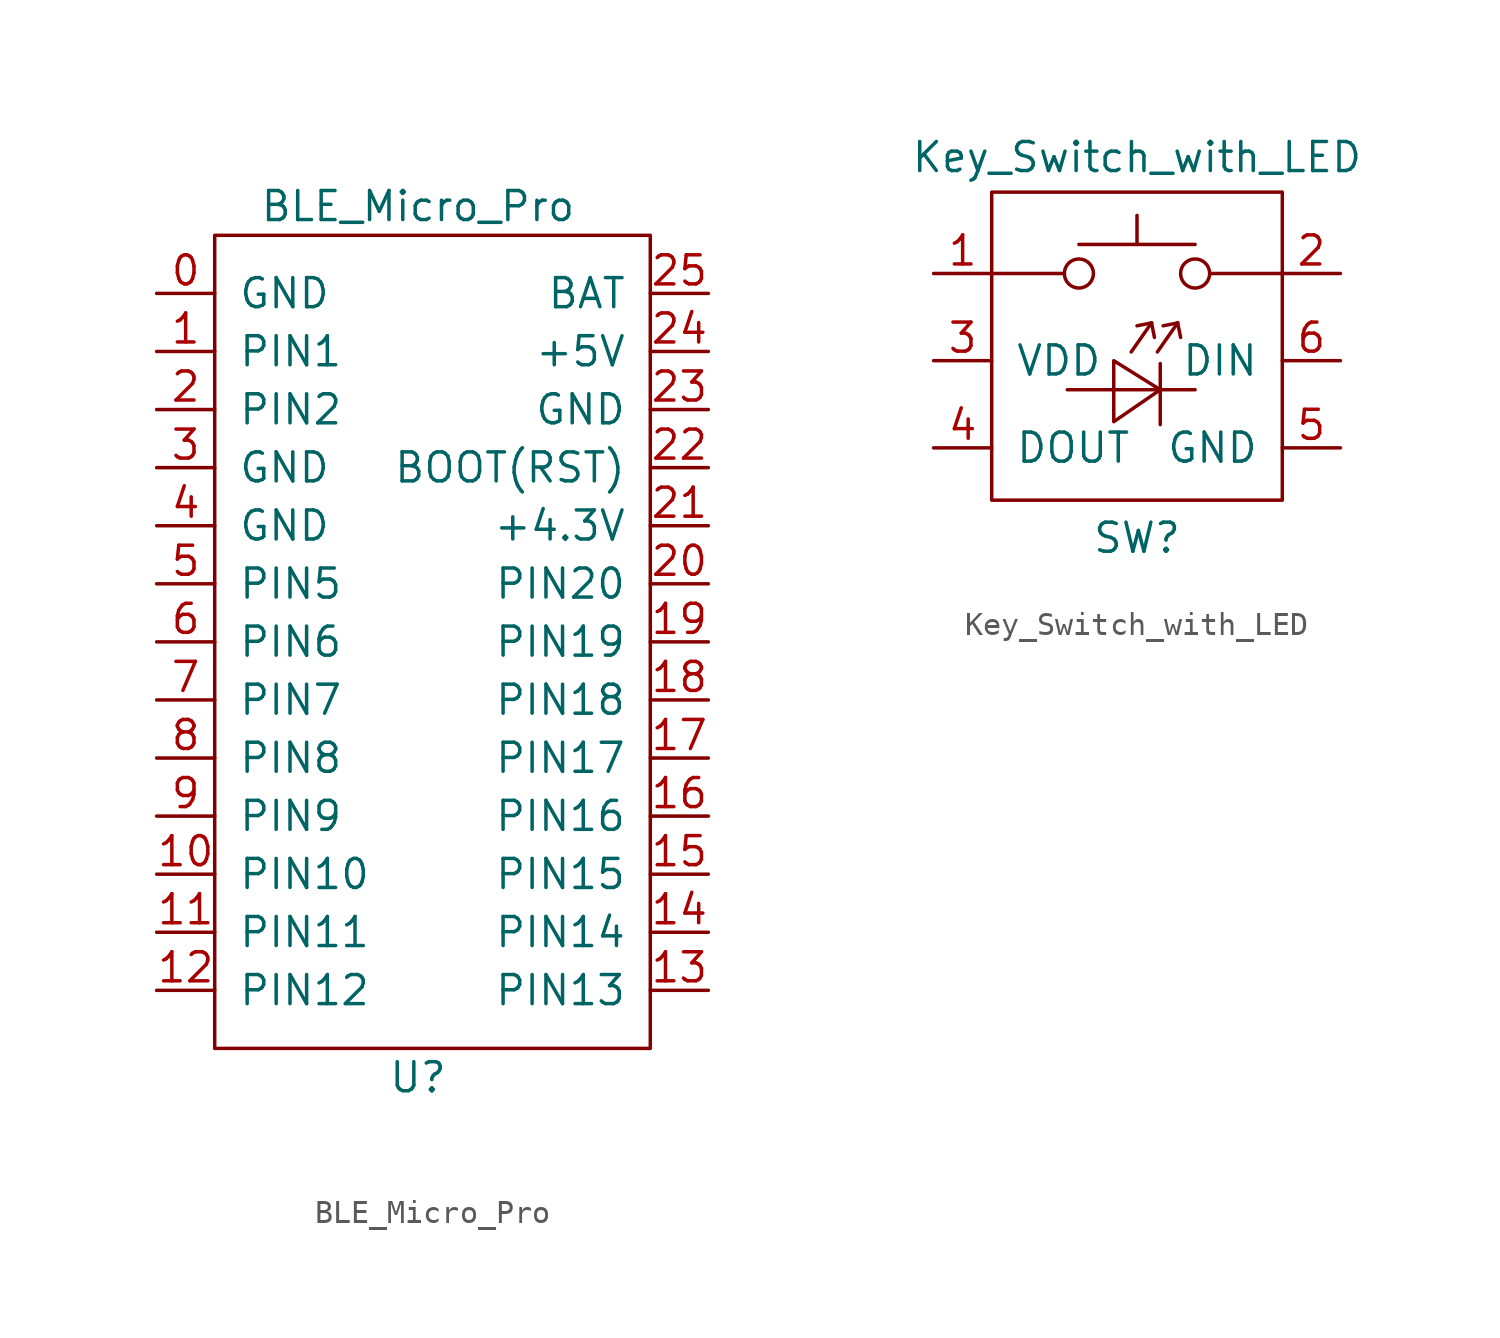
<source format=kicad_sym>
(kicad_symbol_lib
  (version 20211014)
  (generator kicad_symbol_editor)
  (symbol "BLE_Micro_Pro"
    (pin_names
      (offset 1.016))
    (property "Reference" "U"
      (at 0 -19.05 0)
      (effects (font (size 1.27 1.27))))
    (property "Value" "BLE_Micro_Pro"
      (at 0 19.05 0)
      (effects (font (size 1.27 1.27))))
    (symbol "BLE_Micro_Pro_0_1"
      (rectangle (start -8.89 17.78) (end 10.16 -17.78) (stroke (width 0) (type default) (color 0 0 0 0)) (fill (type none))))
    (symbol "BLE_Micro_Pro_1_1"
      (pin power_in line (at -11.43 15.24 0) (length 2.54) (name "GND" (effects (font (size 1.27 1.27)))) (number "0" (effects (font (size 1.27 1.27)))))
      (pin bidirectional line (at -11.43 12.7 0) (length 2.54) (name "PIN1" (effects (font (size 1.27 1.27)))) (number "1" (effects (font (size 1.27 1.27)))))
      (pin bidirectional line (at -11.43 -10.16 0) (length 2.54) (name "PIN10" (effects (font (size 1.27 1.27)))) (number "10" (effects (font (size 1.27 1.27)))))
      (pin bidirectional line (at -11.43 -12.7 0) (length 2.54) (name "PIN11" (effects (font (size 1.27 1.27)))) (number "11" (effects (font (size 1.27 1.27)))))
      (pin bidirectional line (at -11.43 -15.24 0) (length 2.54) (name "PIN12" (effects (font (size 1.27 1.27)))) (number "12" (effects (font (size 1.27 1.27)))))
      (pin bidirectional line (at 12.7 -15.24 180) (length 2.54) (name "PIN13" (effects (font (size 1.27 1.27)))) (number "13" (effects (font (size 1.27 1.27)))))
      (pin passive line (at 12.7 -12.7 180) (length 2.54) (name "PIN14" (effects (font (size 1.27 1.27)))) (number "14" (effects (font (size 1.27 1.27)))))
      (pin bidirectional line (at 12.7 -10.16 180) (length 2.54) (name "PIN15" (effects (font (size 1.27 1.27)))) (number "15" (effects (font (size 1.27 1.27)))))
      (pin bidirectional line (at 12.7 -7.62 180) (length 2.54) (name "PIN16" (effects (font (size 1.27 1.27)))) (number "16" (effects (font (size 1.27 1.27)))))
      (pin bidirectional line (at 12.7 -5.08 180) (length 2.54) (name "PIN17" (effects (font (size 1.27 1.27)))) (number "17" (effects (font (size 1.27 1.27)))))
      (pin bidirectional line (at 12.7 -2.54 180) (length 2.54) (name "PIN18" (effects (font (size 1.27 1.27)))) (number "18" (effects (font (size 1.27 1.27)))))
      (pin bidirectional line (at 12.7 0 180) (length 2.54) (name "PIN19" (effects (font (size 1.27 1.27)))) (number "19" (effects (font (size 1.27 1.27)))))
      (pin bidirectional line (at -11.43 10.16 0) (length 2.54) (name "PIN2" (effects (font (size 1.27 1.27)))) (number "2" (effects (font (size 1.27 1.27)))))
      (pin bidirectional line (at 12.7 2.54 180) (length 2.54) (name "PIN20" (effects (font (size 1.27 1.27)))) (number "20" (effects (font (size 1.27 1.27)))))
      (pin passive line (at 12.7 5.08 180) (length 2.54) (name "+4.3V" (effects (font (size 1.27 1.27)))) (number "21" (effects (font (size 1.27 1.27)))))
      (pin input line (at 12.7 7.62 180) (length 2.54) (name "BOOT(RST)" (effects (font (size 1.27 1.27)))) (number "22" (effects (font (size 1.27 1.27)))))
      (pin power_in line (at 12.7 10.16 180) (length 2.54) (name "GND" (effects (font (size 1.27 1.27)))) (number "23" (effects (font (size 1.27 1.27)))))
      (pin power_in line (at 12.7 12.7 180) (length 2.54) (name "+5V" (effects (font (size 1.27 1.27)))) (number "24" (effects (font (size 1.27 1.27)))))
      (pin power_in line (at 12.7 15.24 180) (length 2.54) (name "BAT" (effects (font (size 1.27 1.27)))) (number "25" (effects (font (size 1.27 1.27)))))
      (pin power_in line (at -11.43 7.62 0) (length 2.54) (name "GND" (effects (font (size 1.27 1.27)))) (number "3" (effects (font (size 1.27 1.27)))))
      (pin power_in line (at -11.43 5.08 0) (length 2.54) (name "GND" (effects (font (size 1.27 1.27)))) (number "4" (effects (font (size 1.27 1.27)))))
      (pin bidirectional line (at -11.43 2.54 0) (length 2.54) (name "PIN5" (effects (font (size 1.27 1.27)))) (number "5" (effects (font (size 1.27 1.27)))))
      (pin bidirectional line (at -11.43 0 0) (length 2.54) (name "PIN6" (effects (font (size 1.27 1.27)))) (number "6" (effects (font (size 1.27 1.27)))))
      (pin bidirectional line (at -11.43 -2.54 0) (length 2.54) (name "PIN7" (effects (font (size 1.27 1.27)))) (number "7" (effects (font (size 1.27 1.27)))))
      (pin bidirectional line (at -11.43 -5.08 0) (length 2.54) (name "PIN8" (effects (font (size 1.27 1.27)))) (number "8" (effects (font (size 1.27 1.27)))))
      (pin bidirectional line (at -11.43 -7.62 0) (length 2.54) (name "PIN9" (effects (font (size 1.27 1.27)))) (number "9" (effects (font (size 1.27 1.27)))))))
  (symbol "Key_Switch_with_LED"
    (pin_names
      (offset 1.016))
    (property "Reference" "SW"
      (at 0 -11.557 0)
      (effects (font (size 1.27 1.27))))
    (property "Value" "Key_Switch_with_LED"
      (at 0 5.08 0)
      (effects (font (size 1.27 1.27))))
    (symbol "Key_Switch_with_LED_0_1"
      (rectangle (start -6.35 3.556) (end 6.35 -9.906) (stroke (width 0) (type default) (color 0 0 0 0)) (fill (type none)))
      (circle (center -2.54 0) (radius 0.635) (stroke (width 0) (type default) (color 0 0 0 0)) (fill (type none)))
      (polyline (pts (xy -6.35 0) (xy -3.175 0)) (stroke (width 0) (type default) (color 0 0 0 0)) (fill (type none)))
      (polyline (pts (xy -2.54 1.27) (xy 2.54 1.27)) (stroke (width 0) (type default) (color 0 0 0 0)) (fill (type none)))
      (polyline (pts (xy -0.254 -3.429) (xy 0.635 -2.159)) (stroke (width 0) (type default) (color 0 0 0 0)) (fill (type none)))
      (polyline (pts (xy 0 -2.286) (xy 0.635 -2.159)) (stroke (width 0) (type default) (color 0 0 0 0)) (fill (type none)))
      (polyline (pts (xy 0 2.54) (xy 0 1.27)) (stroke (width 0) (type default) (color 0 0 0 0)) (fill (type none)))
      (polyline (pts (xy 0.635 -2.159) (xy 0.762 -2.794)) (stroke (width 0) (type default) (color 0 0 0 0)) (fill (type none)))
      (polyline (pts (xy 1.016 -3.937) (xy 1.016 -6.604)) (stroke (width 0) (type default) (color 0 0 0 0)) (fill (type none)))
      (polyline (pts (xy 2.54 -5.08) (xy -3.048 -5.08)) (stroke (width 0) (type default) (color 0 0 0 0)) (fill (type none)))
      (polyline (pts (xy 6.35 0) (xy 3.175 0)) (stroke (width 0) (type default) (color 0 0 0 0)) (fill (type none)))
      (polyline (pts (xy -1.016 -3.81) (xy -1.016 -6.477) (xy 1.016 -5.08) (xy -1.016 -3.81)) (stroke (width 0) (type default) (color 0 0 0 0)) (fill (type none)))
      (circle (center 2.54 0) (radius 0.635) (stroke (width 0) (type default) (color 0 0 0 0)) (fill (type none))))
    (symbol "Key_Switch_with_LED_1_1"
      (polyline (pts (xy 0.889 -3.429) (xy 1.778 -2.159)) (stroke (width 0) (type default) (color 0 0 0 0)) (fill (type none)))
      (polyline (pts (xy 1.143 -2.286) (xy 1.778 -2.159)) (stroke (width 0) (type default) (color 0 0 0 0)) (fill (type none)))
      (polyline (pts (xy 1.778 -2.159) (xy 1.905 -2.794)) (stroke (width 0) (type default) (color 0 0 0 0)) (fill (type none)))
      (pin bidirectional line (at -8.89 0 0) (length 2.54) (name "~" (effects (font (size 1.27 1.27)))) (number "1" (effects (font (size 1.27 1.27)))))
      (pin bidirectional line (at 8.89 0 180) (length 2.54) (name "~" (effects (font (size 1.27 1.27)))) (number "2" (effects (font (size 1.27 1.27)))))
      (pin power_in line (at -8.89 -3.81 0) (length 2.54) (name "VDD" (effects (font (size 1.27 1.27)))) (number "3" (effects (font (size 1.27 1.27)))))
      (pin output line (at -8.89 -7.62 0) (length 2.54) (name "DOUT" (effects (font (size 1.27 1.27)))) (number "4" (effects (font (size 1.27 1.27)))))
      (pin power_in line (at 8.89 -7.62 180) (length 2.54) (name "GND" (effects (font (size 1.27 1.27)))) (number "5" (effects (font (size 1.27 1.27)))))
      (pin input line (at 8.89 -3.81 180) (length 2.54) (name "DIN" (effects (font (size 1.27 1.27)))) (number "6" (effects (font (size 1.27 1.27))))))))
</source>
